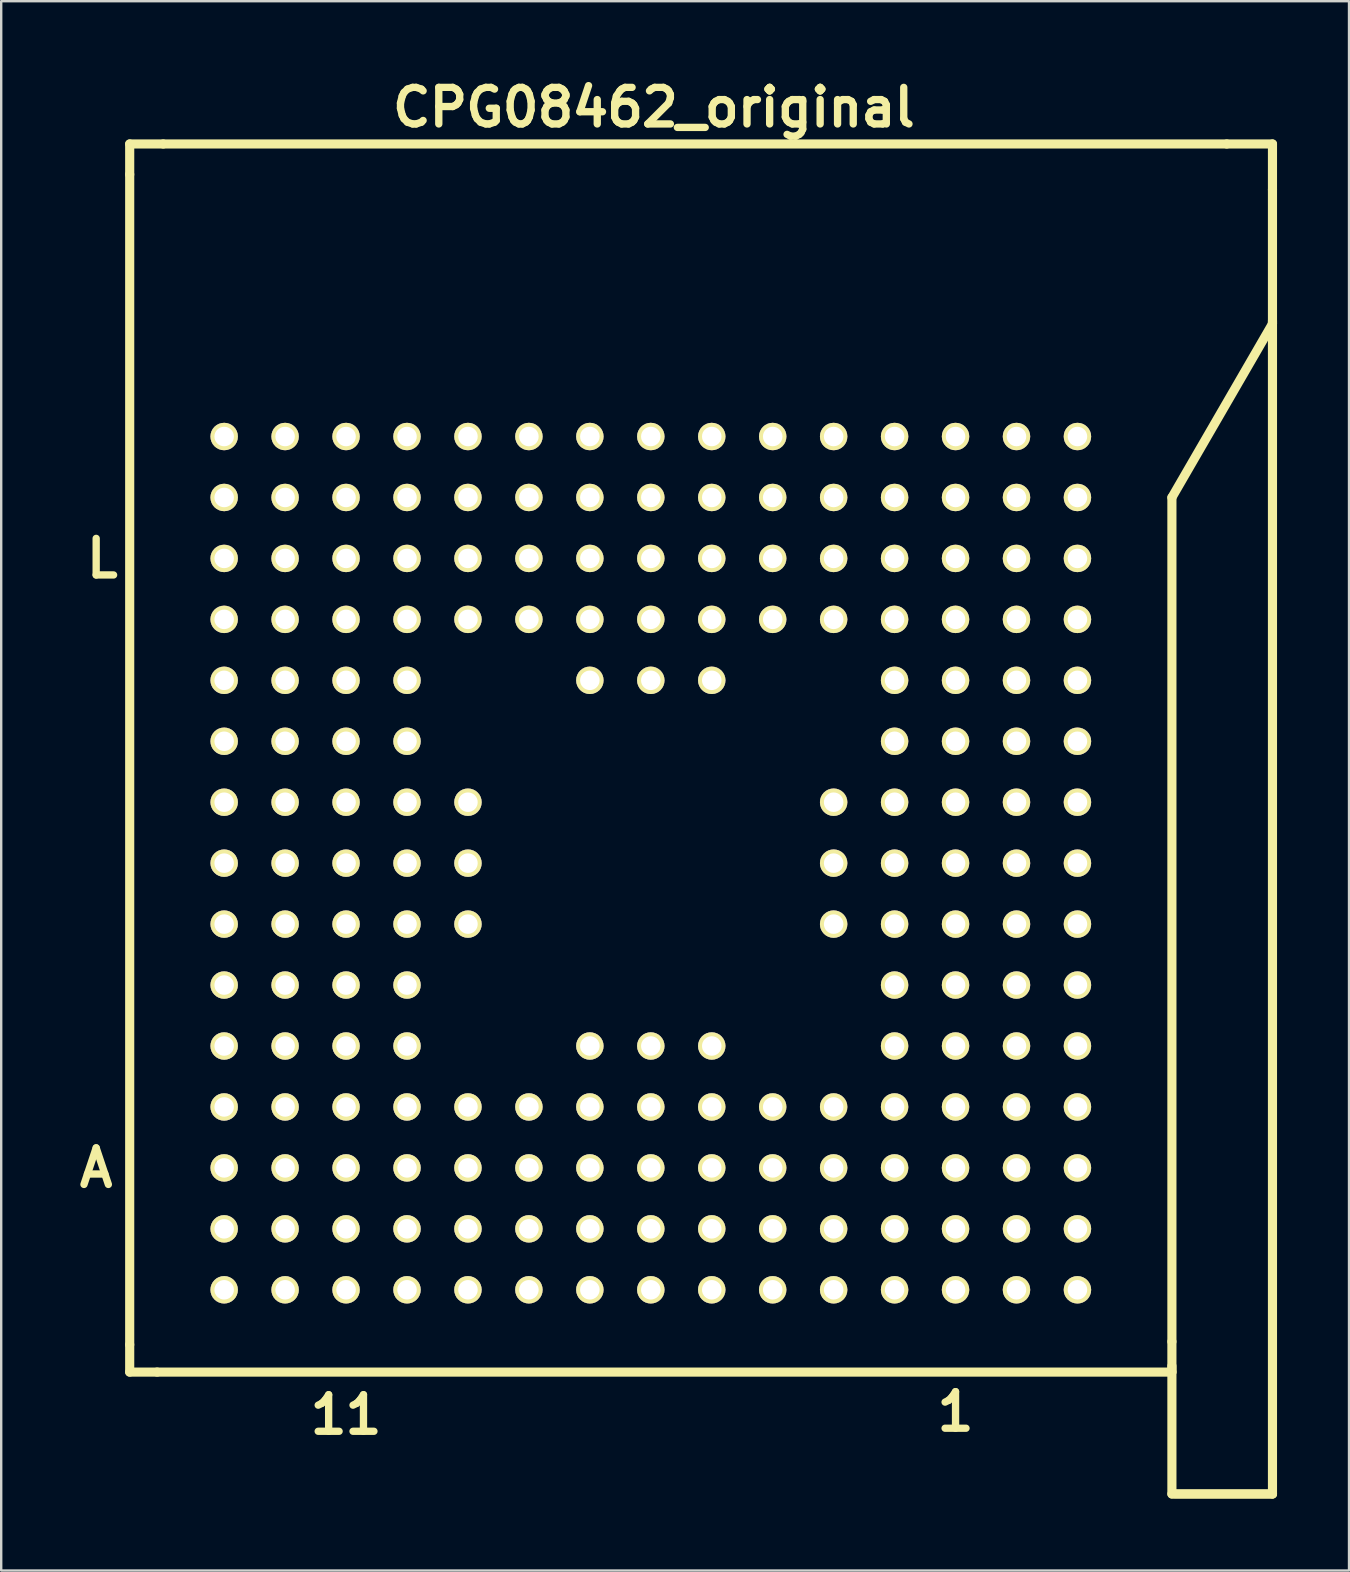
<source format=kicad_pcb>
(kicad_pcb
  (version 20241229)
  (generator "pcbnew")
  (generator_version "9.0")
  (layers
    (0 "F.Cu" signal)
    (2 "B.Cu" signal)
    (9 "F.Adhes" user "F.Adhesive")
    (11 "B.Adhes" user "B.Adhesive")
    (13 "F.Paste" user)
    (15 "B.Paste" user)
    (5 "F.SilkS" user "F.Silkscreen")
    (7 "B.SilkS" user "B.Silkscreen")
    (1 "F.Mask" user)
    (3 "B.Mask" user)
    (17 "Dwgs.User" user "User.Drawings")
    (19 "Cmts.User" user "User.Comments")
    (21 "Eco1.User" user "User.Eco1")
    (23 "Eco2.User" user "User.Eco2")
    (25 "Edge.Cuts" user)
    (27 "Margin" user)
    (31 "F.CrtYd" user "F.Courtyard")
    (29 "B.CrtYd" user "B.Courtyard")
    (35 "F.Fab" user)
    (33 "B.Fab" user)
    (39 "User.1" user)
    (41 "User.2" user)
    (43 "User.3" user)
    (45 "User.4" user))
  (footprint "CPG08462_original"
    (layer "F.Cu")
    (at 41.852 50.702)
    (property "Reference" "CPG08462_original" (at -17.653 -49.276 0) (layer "F.SilkS") (effects (font (size 1.524 1.524) (thickness 0.305))))
    (attr through_hole)
    (fp_line (start -39.497 -47.752) (end -39.497 -46.482) (stroke (width 0.381) (type solid)) (layer "F.SilkS"))
    (fp_line (start -39.497 -47.752) (end -38.1 -47.752) (stroke (width 0.381) (type solid)) (layer "F.SilkS"))
    (fp_line (start -39.497 -46.482) (end -39.497 2.286) (stroke (width 0.381) (type solid)) (layer "F.SilkS"))
    (fp_line (start -39.497 3.429) (end -39.497 2.286) (stroke (width 0.381) (type solid)) (layer "F.SilkS"))
    (fp_line (start -39.497 3.429) (end -38.354 3.429) (stroke (width 0.381) (type solid)) (layer "F.SilkS"))
    (fp_line (start 3.937 2.159) (end 3.937 -33.02) (stroke (width 0.381) (type solid)) (layer "F.SilkS"))
    (fp_line (start 3.937 3.175) (end 3.937 8.509) (stroke (width 0.381) (type solid)) (layer "F.SilkS"))
    (fp_line (start 3.937 3.429) (end -38.354 3.429) (stroke (width 0.381) (type solid)) (layer "F.SilkS"))
    (fp_line (start 3.937 3.429) (end 3.937 2.159) (stroke (width 0.381) (type solid)) (layer "F.SilkS"))
    (fp_line (start 3.937 8.509) (end 8.128 8.509) (stroke (width 0.381) (type solid)) (layer "F.SilkS"))
    (fp_line (start 6.223 -47.752) (end -38.1 -47.752) (stroke (width 0.381) (type solid)) (layer "F.SilkS"))
    (fp_line (start 8.128 -47.752) (end 6.223 -47.752) (stroke (width 0.381) (type solid)) (layer "F.SilkS"))
    (fp_line (start 8.128 -47.752) (end 8.128 -45.847) (stroke (width 0.381) (type solid)) (layer "F.SilkS"))
    (fp_line (start 8.128 -45.847) (end 8.128 -40.259) (stroke (width 0.381) (type solid)) (layer "F.SilkS"))
    (fp_line (start 8.128 -40.386) (end 8.128 8.509) (stroke (width 0.381) (type solid)) (layer "F.SilkS"))
    (fp_line (start 8.128 -40.259) (end 3.937 -33.02) (stroke (width 0.381) (type solid)) (layer "F.SilkS"))
    (fp_line (start 8.128 8.509) (end 4.064 8.509) (stroke (width 0.381) (type solid)) (layer "F.SilkS"))
    (fp_text user "A" (at -40.894 -5.08 0) (layer "F.SilkS") (effects (font (size 1.524 1.524) (thickness 0.305))))
    (fp_text user "11" (at -30.48 5.207 0) (layer "F.SilkS") (effects (font (size 1.524 1.524) (thickness 0.305))))
    (fp_text user "L" (at -40.64 -30.48 0) (layer "F.SilkS") (effects (font (size 1.524 1.524) (thickness 0.305))))
    (fp_text user "1" (at -5.08 5.08 0) (layer "F.SilkS") (effects (font (size 1.524 1.524) (thickness 0.305))))
    (pad "" thru_hole circle (at -35.56 -35.56) (size 1.143 1.143) (drill 0.813) (layers "*.Cu" "*.Mask" "F.SilkS"))
    (pad "" thru_hole circle (at -35.56 -33.02) (size 1.143 1.143) (drill 0.813) (layers "*.Cu" "*.Mask" "F.SilkS"))
    (pad "" thru_hole circle (at -35.56 -30.48) (size 1.143 1.143) (drill 0.813) (layers "*.Cu" "*.Mask" "F.SilkS"))
    (pad "" thru_hole circle (at -35.56 -27.94) (size 1.143 1.143) (drill 0.813) (layers "*.Cu" "*.Mask" "F.SilkS"))
    (pad "" thru_hole circle (at -35.56 -25.4) (size 1.143 1.143) (drill 0.813) (layers "*.Cu" "*.Mask" "F.SilkS"))
    (pad "" thru_hole circle (at -35.56 -22.86) (size 1.143 1.143) (drill 0.813) (layers "*.Cu" "*.Mask" "F.SilkS"))
    (pad "" thru_hole circle (at -35.56 -20.32) (size 1.143 1.143) (drill 0.813) (layers "*.Cu" "*.Mask" "F.SilkS"))
    (pad "" thru_hole circle (at -35.56 -17.78) (size 1.143 1.143) (drill 0.813) (layers "*.Cu" "*.Mask" "F.SilkS"))
    (pad "" thru_hole circle (at -35.56 -15.24) (size 1.143 1.143) (drill 0.813) (layers "*.Cu" "*.Mask" "F.SilkS"))
    (pad "" thru_hole circle (at -35.56 -12.7) (size 1.143 1.143) (drill 0.813) (layers "*.Cu" "*.Mask" "F.SilkS"))
    (pad "" thru_hole circle (at -35.56 -10.16) (size 1.143 1.143) (drill 0.813) (layers "*.Cu" "*.Mask" "F.SilkS"))
    (pad "" thru_hole circle (at -35.56 -7.62) (size 1.143 1.143) (drill 0.813) (layers "*.Cu" "*.Mask" "F.SilkS"))
    (pad "" thru_hole circle (at -35.56 -5.08) (size 1.143 1.143) (drill 0.813) (layers "*.Cu" "*.Mask" "F.SilkS"))
    (pad "" thru_hole circle (at -35.56 -2.54) (size 1.143 1.143) (drill 0.813) (layers "*.Cu" "*.Mask" "F.SilkS"))
    (pad "" thru_hole circle (at -35.56 0) (size 1.143 1.143) (drill 0.813) (layers "*.Cu" "*.Mask" "F.SilkS"))
    (pad "" thru_hole circle (at -33.02 -35.56) (size 1.143 1.143) (drill 0.813) (layers "*.Cu" "*.Mask" "F.SilkS"))
    (pad "" thru_hole circle (at -33.02 -33.02) (size 1.143 1.143) (drill 0.813) (layers "*.Cu" "*.Mask" "F.SilkS"))
    (pad "" thru_hole circle (at -33.02 -30.48) (size 1.143 1.143) (drill 0.813) (layers "*.Cu" "*.Mask" "F.SilkS"))
    (pad "" thru_hole circle (at -33.02 -27.94) (size 1.143 1.143) (drill 0.813) (layers "*.Cu" "*.Mask" "F.SilkS"))
    (pad "" thru_hole circle (at -33.02 -25.4) (size 1.143 1.143) (drill 0.813) (layers "*.Cu" "*.Mask" "F.SilkS"))
    (pad "" thru_hole circle (at -33.02 -22.86) (size 1.143 1.143) (drill 0.813) (layers "*.Cu" "*.Mask" "F.SilkS"))
    (pad "" thru_hole circle (at -33.02 -20.32) (size 1.143 1.143) (drill 0.813) (layers "*.Cu" "*.Mask" "F.SilkS"))
    (pad "" thru_hole circle (at -33.02 -17.78) (size 1.143 1.143) (drill 0.813) (layers "*.Cu" "*.Mask" "F.SilkS"))
    (pad "" thru_hole circle (at -33.02 -15.24) (size 1.143 1.143) (drill 0.813) (layers "*.Cu" "*.Mask" "F.SilkS"))
    (pad "" thru_hole circle (at -33.02 -12.7) (size 1.143 1.143) (drill 0.813) (layers "*.Cu" "*.Mask" "F.SilkS"))
    (pad "" thru_hole circle (at -33.02 -10.16) (size 1.143 1.143) (drill 0.813) (layers "*.Cu" "*.Mask" "F.SilkS"))
    (pad "" thru_hole circle (at -33.02 -7.62) (size 1.143 1.143) (drill 0.813) (layers "*.Cu" "*.Mask" "F.SilkS"))
    (pad "" thru_hole circle (at -33.02 -5.08) (size 1.143 1.143) (drill 0.813) (layers "*.Cu" "*.Mask" "F.SilkS"))
    (pad "" thru_hole circle (at -33.02 -2.54) (size 1.143 1.143) (drill 0.813) (layers "*.Cu" "*.Mask" "F.SilkS"))
    (pad "" thru_hole circle (at -33.02 0) (size 1.143 1.143) (drill 0.813) (layers "*.Cu" "*.Mask" "F.SilkS"))
    (pad "" thru_hole circle (at -30.48 -35.56) (size 1.143 1.143) (drill 0.813) (layers "*.Cu" "*.Mask" "F.SilkS"))
    (pad "" thru_hole circle (at -30.48 -33.02) (size 1.143 1.143) (drill 0.813) (layers "*.Cu" "*.Mask" "F.SilkS"))
    (pad "" thru_hole circle (at -30.48 -2.54) (size 1.143 1.143) (drill 0.813) (layers "*.Cu" "*.Mask" "F.SilkS"))
    (pad "" thru_hole circle (at -30.48 0) (size 1.143 1.143) (drill 0.813) (layers "*.Cu" "*.Mask" "F.SilkS"))
    (pad "" thru_hole circle (at -27.94 -35.56) (size 1.143 1.143) (drill 0.813) (layers "*.Cu" "*.Mask" "F.SilkS"))
    (pad "" thru_hole circle (at -27.94 -33.02) (size 1.143 1.143) (drill 0.813) (layers "*.Cu" "*.Mask" "F.SilkS"))
    (pad "" thru_hole circle (at -27.94 -2.54) (size 1.143 1.143) (drill 0.813) (layers "*.Cu" "*.Mask" "F.SilkS"))
    (pad "" thru_hole circle (at -27.94 0) (size 1.143 1.143) (drill 0.813) (layers "*.Cu" "*.Mask" "F.SilkS"))
    (pad "" thru_hole circle (at -25.4 -35.56) (size 1.143 1.143) (drill 0.813) (layers "*.Cu" "*.Mask" "F.SilkS"))
    (pad "" thru_hole circle (at -25.4 -33.02) (size 1.143 1.143) (drill 0.813) (layers "*.Cu" "*.Mask" "F.SilkS"))
    (pad "" thru_hole circle (at -25.4 -2.54) (size 1.143 1.143) (drill 0.813) (layers "*.Cu" "*.Mask" "F.SilkS"))
    (pad "" thru_hole circle (at -25.4 0) (size 1.143 1.143) (drill 0.813) (layers "*.Cu" "*.Mask" "F.SilkS"))
    (pad "" thru_hole circle (at -22.86 -35.56) (size 1.143 1.143) (drill 0.813) (layers "*.Cu" "*.Mask" "F.SilkS"))
    (pad "" thru_hole circle (at -22.86 -33.02) (size 1.143 1.143) (drill 0.813) (layers "*.Cu" "*.Mask" "F.SilkS"))
    (pad "" thru_hole circle (at -22.86 -2.54) (size 1.143 1.143) (drill 0.813) (layers "*.Cu" "*.Mask" "F.SilkS"))
    (pad "" thru_hole circle (at -22.86 0) (size 1.143 1.143) (drill 0.813) (layers "*.Cu" "*.Mask" "F.SilkS"))
    (pad "" thru_hole circle (at -20.32 -35.56) (size 1.143 1.143) (drill 0.813) (layers "*.Cu" "*.Mask" "F.SilkS"))
    (pad "" thru_hole circle (at -20.32 -33.02) (size 1.143 1.143) (drill 0.813) (layers "*.Cu" "*.Mask" "F.SilkS"))
    (pad "" thru_hole circle (at -20.32 -2.54) (size 1.143 1.143) (drill 0.813) (layers "*.Cu" "*.Mask" "F.SilkS"))
    (pad "" thru_hole circle (at -20.32 0) (size 1.143 1.143) (drill 0.813) (layers "*.Cu" "*.Mask" "F.SilkS"))
    (pad "" thru_hole circle (at -17.78 -35.56) (size 1.143 1.143) (drill 0.813) (layers "*.Cu" "*.Mask" "F.SilkS"))
    (pad "" thru_hole circle (at -17.78 -33.02) (size 1.143 1.143) (drill 0.813) (layers "*.Cu" "*.Mask" "F.SilkS"))
    (pad "" thru_hole circle (at -17.78 -2.54) (size 1.143 1.143) (drill 0.813) (layers "*.Cu" "*.Mask" "F.SilkS"))
    (pad "" thru_hole circle (at -17.78 0) (size 1.143 1.143) (drill 0.813) (layers "*.Cu" "*.Mask" "F.SilkS"))
    (pad "" thru_hole circle (at -15.24 -35.56) (size 1.143 1.143) (drill 0.813) (layers "*.Cu" "*.Mask" "F.SilkS"))
    (pad "" thru_hole circle (at -15.24 -33.02) (size 1.143 1.143) (drill 0.813) (layers "*.Cu" "*.Mask" "F.SilkS"))
    (pad "" thru_hole circle (at -15.24 -2.54) (size 1.143 1.143) (drill 0.813) (layers "*.Cu" "*.Mask" "F.SilkS"))
    (pad "" thru_hole circle (at -15.24 0) (size 1.143 1.143) (drill 0.813) (layers "*.Cu" "*.Mask" "F.SilkS"))
    (pad "" thru_hole circle (at -12.7 -35.56) (size 1.143 1.143) (drill 0.813) (layers "*.Cu" "*.Mask" "F.SilkS"))
    (pad "" thru_hole circle (at -12.7 -33.02) (size 1.143 1.143) (drill 0.813) (layers "*.Cu" "*.Mask" "F.SilkS"))
    (pad "" thru_hole circle (at -12.7 -2.54) (size 1.143 1.143) (drill 0.813) (layers "*.Cu" "*.Mask" "F.SilkS"))
    (pad "" thru_hole circle (at -12.7 0) (size 1.143 1.143) (drill 0.813) (layers "*.Cu" "*.Mask" "F.SilkS"))
    (pad "" thru_hole circle (at -10.16 -35.56) (size 1.143 1.143) (drill 0.813) (layers "*.Cu" "*.Mask" "F.SilkS"))
    (pad "" thru_hole circle (at -10.16 -33.02) (size 1.143 1.143) (drill 0.813) (layers "*.Cu" "*.Mask" "F.SilkS"))
    (pad "" thru_hole circle (at -10.16 -2.54) (size 1.143 1.143) (drill 0.813) (layers "*.Cu" "*.Mask" "F.SilkS"))
    (pad "" thru_hole circle (at -10.16 0) (size 1.143 1.143) (drill 0.813) (layers "*.Cu" "*.Mask" "F.SilkS"))
    (pad "" thru_hole circle (at -7.62 -35.56) (size 1.143 1.143) (drill 0.813) (layers "*.Cu" "*.Mask" "F.SilkS"))
    (pad "" thru_hole circle (at -7.62 -33.02) (size 1.143 1.143) (drill 0.813) (layers "*.Cu" "*.Mask" "F.SilkS"))
    (pad "" thru_hole circle (at -7.62 -2.54) (size 1.143 1.143) (drill 0.813) (layers "*.Cu" "*.Mask" "F.SilkS"))
    (pad "" thru_hole circle (at -7.62 0) (size 1.143 1.143) (drill 0.813) (layers "*.Cu" "*.Mask" "F.SilkS"))
    (pad "" thru_hole circle (at -5.08 -35.56) (size 1.143 1.143) (drill 0.813) (layers "*.Cu" "*.Mask" "F.SilkS"))
    (pad "" thru_hole circle (at -5.08 -33.02) (size 1.143 1.143) (drill 0.813) (layers "*.Cu" "*.Mask" "F.SilkS"))
    (pad "" thru_hole circle (at -5.08 -2.54) (size 1.143 1.143) (drill 0.813) (layers "*.Cu" "*.Mask" "F.SilkS"))
    (pad "" thru_hole circle (at -5.08 0) (size 1.143 1.143) (drill 0.813) (layers "*.Cu" "*.Mask" "F.SilkS"))
    (pad "" thru_hole circle (at -2.54 -35.56) (size 1.143 1.143) (drill 0.813) (layers "*.Cu" "*.Mask" "F.SilkS"))
    (pad "" thru_hole circle (at -2.54 -33.02) (size 1.143 1.143) (drill 0.813) (layers "*.Cu" "*.Mask" "F.SilkS"))
    (pad "" thru_hole circle (at -2.54 -30.48) (size 1.143 1.143) (drill 0.813) (layers "*.Cu" "*.Mask" "F.SilkS"))
    (pad "" thru_hole circle (at -2.54 -27.94) (size 1.143 1.143) (drill 0.813) (layers "*.Cu" "*.Mask" "F.SilkS"))
    (pad "" thru_hole circle (at -2.54 -25.4) (size 1.143 1.143) (drill 0.813) (layers "*.Cu" "*.Mask" "F.SilkS"))
    (pad "" thru_hole circle (at -2.54 -22.86) (size 1.143 1.143) (drill 0.813) (layers "*.Cu" "*.Mask" "F.SilkS"))
    (pad "" thru_hole circle (at -2.54 -20.32) (size 1.143 1.143) (drill 0.813) (layers "*.Cu" "*.Mask" "F.SilkS"))
    (pad "" thru_hole circle (at -2.54 -17.78) (size 1.143 1.143) (drill 0.813) (layers "*.Cu" "*.Mask" "F.SilkS"))
    (pad "" thru_hole circle (at -2.54 -15.24) (size 1.143 1.143) (drill 0.813) (layers "*.Cu" "*.Mask" "F.SilkS"))
    (pad "" thru_hole circle (at -2.54 -12.7) (size 1.143 1.143) (drill 0.813) (layers "*.Cu" "*.Mask" "F.SilkS"))
    (pad "" thru_hole circle (at -2.54 -10.16) (size 1.143 1.143) (drill 0.813) (layers "*.Cu" "*.Mask" "F.SilkS"))
    (pad "" thru_hole circle (at -2.54 -7.62) (size 1.143 1.143) (drill 0.813) (layers "*.Cu" "*.Mask" "F.SilkS"))
    (pad "" thru_hole circle (at -2.54 -5.08) (size 1.143 1.143) (drill 0.813) (layers "*.Cu" "*.Mask" "F.SilkS"))
    (pad "" thru_hole circle (at -2.54 -2.54) (size 1.143 1.143) (drill 0.813) (layers "*.Cu" "*.Mask" "F.SilkS"))
    (pad "" thru_hole circle (at -2.54 0) (size 1.143 1.143) (drill 0.813) (layers "*.Cu" "*.Mask" "F.SilkS"))
    (pad "" thru_hole circle (at 0 -35.56) (size 1.143 1.143) (drill 0.813) (layers "*.Cu" "*.Mask" "F.SilkS"))
    (pad "" thru_hole circle (at 0 -33.02) (size 1.143 1.143) (drill 0.813) (layers "*.Cu" "*.Mask" "F.SilkS"))
    (pad "" thru_hole circle (at 0 -30.48) (size 1.143 1.143) (drill 0.813) (layers "*.Cu" "*.Mask" "F.SilkS"))
    (pad "" thru_hole circle (at 0 -27.94) (size 1.143 1.143) (drill 0.813) (layers "*.Cu" "*.Mask" "F.SilkS"))
    (pad "" thru_hole circle (at 0 -25.4) (size 1.143 1.143) (drill 0.813) (layers "*.Cu" "*.Mask" "F.SilkS"))
    (pad "" thru_hole circle (at 0 -22.86) (size 1.143 1.143) (drill 0.813) (layers "*.Cu" "*.Mask" "F.SilkS"))
    (pad "" thru_hole circle (at 0 -20.32) (size 1.143 1.143) (drill 0.813) (layers "*.Cu" "*.Mask" "F.SilkS"))
    (pad "" thru_hole circle (at 0 -17.78) (size 1.143 1.143) (drill 0.813) (layers "*.Cu" "*.Mask" "F.SilkS"))
    (pad "" thru_hole circle (at 0 -15.24) (size 1.143 1.143) (drill 0.813) (layers "*.Cu" "*.Mask" "F.SilkS"))
    (pad "" thru_hole circle (at 0 -12.7) (size 1.143 1.143) (drill 0.813) (layers "*.Cu" "*.Mask" "F.SilkS"))
    (pad "" thru_hole circle (at 0 -10.16) (size 1.143 1.143) (drill 0.813) (layers "*.Cu" "*.Mask" "F.SilkS"))
    (pad "" thru_hole circle (at 0 -7.62) (size 1.143 1.143) (drill 0.813) (layers "*.Cu" "*.Mask" "F.SilkS"))
    (pad "" thru_hole circle (at 0 -5.08) (size 1.143 1.143) (drill 0.813) (layers "*.Cu" "*.Mask" "F.SilkS"))
    (pad "" thru_hole circle (at 0 -2.54) (size 1.143 1.143) (drill 0.813) (layers "*.Cu" "*.Mask" "F.SilkS"))
    (pad "" thru_hole circle (at 0 0) (size 1.143 1.143) (drill 0.813) (layers "*.Cu" "*.Mask" "F.SilkS"))
    (pad "A1" thru_hole circle (at -5.08 -5.08) (size 1.143 1.143) (drill 0.813) (layers "*.Cu" "*.Mask" "F.SilkS"))
    (pad "A2" thru_hole circle (at -7.62 -5.08) (size 1.143 1.143) (drill 0.813) (layers "*.Cu" "*.Mask" "F.SilkS"))
    (pad "A3" thru_hole circle (at -10.16 -5.08) (size 1.143 1.143) (drill 0.813) (layers "*.Cu" "*.Mask" "F.SilkS"))
    (pad "A4" thru_hole circle (at -12.7 -5.08) (size 1.143 1.143) (drill 0.813) (layers "*.Cu" "*.Mask" "F.SilkS"))
    (pad "A5" thru_hole circle (at -15.24 -5.08) (size 1.143 1.143) (drill 0.813) (layers "*.Cu" "*.Mask" "F.SilkS"))
    (pad "A6" thru_hole circle (at -17.78 -5.08) (size 1.143 1.143) (drill 0.813) (layers "*.Cu" "*.Mask" "F.SilkS"))
    (pad "A7" thru_hole circle (at -20.32 -5.08) (size 1.143 1.143) (drill 0.813) (layers "*.Cu" "*.Mask" "F.SilkS"))
    (pad "A8" thru_hole circle (at -22.86 -5.08) (size 1.143 1.143) (drill 0.813) (layers "*.Cu" "*.Mask" "F.SilkS"))
    (pad "A9" thru_hole circle (at -25.4 -5.08) (size 1.143 1.143) (drill 0.813) (layers "*.Cu" "*.Mask" "F.SilkS"))
    (pad "A10" thru_hole circle (at -27.94 -5.08) (size 1.143 1.143) (drill 0.813) (layers "*.Cu" "*.Mask" "F.SilkS"))
    (pad "A11" thru_hole circle (at -30.48 -5.08) (size 1.143 1.143) (drill 0.813) (layers "*.Cu" "*.Mask" "F.SilkS"))
    (pad "B1" thru_hole circle (at -5.08 -7.62) (size 1.143 1.143) (drill 0.813) (layers "*.Cu" "*.Mask" "F.SilkS"))
    (pad "B2" thru_hole circle (at -7.62 -7.62) (size 1.143 1.143) (drill 0.813) (layers "*.Cu" "*.Mask" "F.SilkS"))
    (pad "B3" thru_hole circle (at -10.16 -7.62) (size 1.143 1.143) (drill 0.813) (layers "*.Cu" "*.Mask" "F.SilkS"))
    (pad "B4" thru_hole circle (at -12.7 -7.62) (size 1.143 1.143) (drill 0.813) (layers "*.Cu" "*.Mask" "F.SilkS"))
    (pad "B5" thru_hole circle (at -15.24 -7.62) (size 1.143 1.143) (drill 0.813) (layers "*.Cu" "*.Mask" "F.SilkS"))
    (pad "B6" thru_hole circle (at -17.78 -7.62) (size 1.143 1.143) (drill 0.813) (layers "*.Cu" "*.Mask" "F.SilkS"))
    (pad "B7" thru_hole circle (at -20.32 -7.62) (size 1.143 1.143) (drill 0.813) (layers "*.Cu" "*.Mask" "F.SilkS"))
    (pad "B8" thru_hole circle (at -22.86 -7.62) (size 1.143 1.143) (drill 0.813) (layers "*.Cu" "*.Mask" "F.SilkS"))
    (pad "B9" thru_hole circle (at -25.4 -7.62) (size 1.143 1.143) (drill 0.813) (layers "*.Cu" "*.Mask" "F.SilkS"))
    (pad "B10" thru_hole circle (at -27.94 -7.62) (size 1.143 1.143) (drill 0.813) (layers "*.Cu" "*.Mask" "F.SilkS"))
    (pad "B11" thru_hole circle (at -30.48 -7.62) (size 1.143 1.143) (drill 0.813) (layers "*.Cu" "*.Mask" "F.SilkS"))
    (pad "C1" thru_hole circle (at -5.08 -10.16) (size 1.143 1.143) (drill 0.813) (layers "*.Cu" "*.Mask" "F.SilkS"))
    (pad "C2" thru_hole circle (at -7.62 -10.16) (size 1.143 1.143) (drill 0.813) (layers "*.Cu" "*.Mask" "F.SilkS"))
    (pad "C5" thru_hole circle (at -15.24 -10.16) (size 1.143 1.143) (drill 0.813) (layers "*.Cu" "*.Mask" "F.SilkS"))
    (pad "C6" thru_hole circle (at -17.78 -10.16) (size 1.143 1.143) (drill 0.813) (layers "*.Cu" "*.Mask" "F.SilkS"))
    (pad "C7" thru_hole circle (at -20.32 -10.16) (size 1.143 1.143) (drill 0.813) (layers "*.Cu" "*.Mask" "F.SilkS"))
    (pad "C10" thru_hole circle (at -27.94 -10.16) (size 1.143 1.143) (drill 0.813) (layers "*.Cu" "*.Mask" "F.SilkS"))
    (pad "C11" thru_hole circle (at -30.48 -10.16) (size 1.143 1.143) (drill 0.813) (layers "*.Cu" "*.Mask" "F.SilkS"))
    (pad "D1" thru_hole circle (at -5.08 -12.7) (size 1.143 1.143) (drill 0.813) (layers "*.Cu" "*.Mask" "F.SilkS"))
    (pad "D2" thru_hole circle (at -7.62 -12.7) (size 1.143 1.143) (drill 0.813) (layers "*.Cu" "*.Mask" "F.SilkS"))
    (pad "D10" thru_hole circle (at -27.94 -12.7) (size 1.143 1.143) (drill 0.813) (layers "*.Cu" "*.Mask" "F.SilkS"))
    (pad "D11" thru_hole circle (at -30.48 -12.7) (size 1.143 1.143) (drill 0.813) (layers "*.Cu" "*.Mask" "F.SilkS"))
    (pad "E1" thru_hole circle (at -5.08 -15.24) (size 1.143 1.143) (drill 0.813) (layers "*.Cu" "*.Mask" "F.SilkS"))
    (pad "E2" thru_hole circle (at -7.62 -15.24) (size 1.143 1.143) (drill 0.813) (layers "*.Cu" "*.Mask" "F.SilkS"))
    (pad "E3" thru_hole circle (at -10.16 -15.24) (size 1.143 1.143) (drill 0.813) (layers "*.Cu" "*.Mask" "F.SilkS"))
    (pad "E9" thru_hole circle (at -25.4 -15.24) (size 1.143 1.143) (drill 0.813) (layers "*.Cu" "*.Mask" "F.SilkS"))
    (pad "E10" thru_hole circle (at -27.94 -15.24) (size 1.143 1.143) (drill 0.813) (layers "*.Cu" "*.Mask" "F.SilkS"))
    (pad "E11" thru_hole circle (at -30.48 -15.24) (size 1.143 1.143) (drill 0.813) (layers "*.Cu" "*.Mask" "F.SilkS"))
    (pad "F1" thru_hole circle (at -5.08 -17.78) (size 1.143 1.143) (drill 0.813) (layers "*.Cu" "*.Mask" "F.SilkS"))
    (pad "F2" thru_hole circle (at -7.62 -17.78) (size 1.143 1.143) (drill 0.813) (layers "*.Cu" "*.Mask" "F.SilkS"))
    (pad "F3" thru_hole circle (at -10.16 -17.78) (size 1.143 1.143) (drill 0.813) (layers "*.Cu" "*.Mask" "F.SilkS"))
    (pad "F9" thru_hole circle (at -25.4 -17.78) (size 1.143 1.143) (drill 0.813) (layers "*.Cu" "*.Mask" "F.SilkS"))
    (pad "F10" thru_hole circle (at -27.94 -17.78) (size 1.143 1.143) (drill 0.813) (layers "*.Cu" "*.Mask" "F.SilkS"))
    (pad "F11" thru_hole circle (at -30.48 -17.78) (size 1.143 1.143) (drill 0.813) (layers "*.Cu" "*.Mask" "F.SilkS"))
    (pad "G1" thru_hole circle (at -5.08 -20.32) (size 1.143 1.143) (drill 0.813) (layers "*.Cu" "*.Mask" "F.SilkS"))
    (pad "G2" thru_hole circle (at -7.62 -20.32) (size 1.143 1.143) (drill 0.813) (layers "*.Cu" "*.Mask" "F.SilkS"))
    (pad "G3" thru_hole circle (at -10.16 -20.32) (size 1.143 1.143) (drill 0.813) (layers "*.Cu" "*.Mask" "F.SilkS"))
    (pad "G9" thru_hole circle (at -25.4 -20.32) (size 1.143 1.143) (drill 0.813) (layers "*.Cu" "*.Mask" "F.SilkS"))
    (pad "G10" thru_hole circle (at -27.94 -20.32) (size 1.143 1.143) (drill 0.813) (layers "*.Cu" "*.Mask" "F.SilkS"))
    (pad "G11" thru_hole circle (at -30.48 -20.32) (size 1.143 1.143) (drill 0.813) (layers "*.Cu" "*.Mask" "F.SilkS"))
    (pad "H1" thru_hole circle (at -5.08 -22.86) (size 1.143 1.143) (drill 0.813) (layers "*.Cu" "*.Mask" "F.SilkS"))
    (pad "H2" thru_hole circle (at -7.62 -22.86) (size 1.143 1.143) (drill 0.813) (layers "*.Cu" "*.Mask" "F.SilkS"))
    (pad "H10" thru_hole circle (at -27.94 -22.86) (size 1.143 1.143) (drill 0.813) (layers "*.Cu" "*.Mask" "F.SilkS"))
    (pad "H11" thru_hole circle (at -30.48 -22.86) (size 1.143 1.143) (drill 0.813) (layers "*.Cu" "*.Mask" "F.SilkS"))
    (pad "J1" thru_hole circle (at -5.08 -25.4) (size 1.143 1.143) (drill 0.813) (layers "*.Cu" "*.Mask" "F.SilkS"))
    (pad "J2" thru_hole circle (at -7.62 -25.4) (size 1.143 1.143) (drill 0.813) (layers "*.Cu" "*.Mask" "F.SilkS"))
    (pad "J5" thru_hole circle (at -15.24 -25.4) (size 1.143 1.143) (drill 0.813) (layers "*.Cu" "*.Mask" "F.SilkS"))
    (pad "J6" thru_hole circle (at -17.78 -25.4) (size 1.143 1.143) (drill 0.813) (layers "*.Cu" "*.Mask" "F.SilkS"))
    (pad "J7" thru_hole circle (at -20.32 -25.4) (size 1.143 1.143) (drill 0.813) (layers "*.Cu" "*.Mask" "F.SilkS"))
    (pad "J10" thru_hole circle (at -27.94 -25.4) (size 1.143 1.143) (drill 0.813) (layers "*.Cu" "*.Mask" "F.SilkS"))
    (pad "J11" thru_hole circle (at -30.48 -25.4) (size 1.143 1.143) (drill 0.813) (layers "*.Cu" "*.Mask" "F.SilkS"))
    (pad "K1" thru_hole circle (at -5.08 -27.94) (size 1.143 1.143) (drill 0.813) (layers "*.Cu" "*.Mask" "F.SilkS"))
    (pad "K2" thru_hole circle (at -7.62 -27.94) (size 1.143 1.143) (drill 0.813) (layers "*.Cu" "*.Mask" "F.SilkS"))
    (pad "K3" thru_hole circle (at -10.16 -27.94) (size 1.143 1.143) (drill 0.813) (layers "*.Cu" "*.Mask" "F.SilkS"))
    (pad "K4" thru_hole circle (at -12.7 -27.94) (size 1.143 1.143) (drill 0.813) (layers "*.Cu" "*.Mask" "F.SilkS"))
    (pad "K5" thru_hole circle (at -15.24 -27.94) (size 1.143 1.143) (drill 0.813) (layers "*.Cu" "*.Mask" "F.SilkS"))
    (pad "K6" thru_hole circle (at -17.78 -27.94) (size 1.143 1.143) (drill 0.813) (layers "*.Cu" "*.Mask" "F.SilkS"))
    (pad "K7" thru_hole circle (at -20.32 -27.94) (size 1.143 1.143) (drill 0.813) (layers "*.Cu" "*.Mask" "F.SilkS"))
    (pad "K8" thru_hole circle (at -22.86 -27.94) (size 1.143 1.143) (drill 0.813) (layers "*.Cu" "*.Mask" "F.SilkS"))
    (pad "K9" thru_hole circle (at -25.4 -27.94) (size 1.143 1.143) (drill 0.813) (layers "*.Cu" "*.Mask" "F.SilkS"))
    (pad "K10" thru_hole circle (at -27.94 -27.94) (size 1.143 1.143) (drill 0.813) (layers "*.Cu" "*.Mask" "F.SilkS"))
    (pad "K11" thru_hole circle (at -30.48 -27.94) (size 1.143 1.143) (drill 0.813) (layers "*.Cu" "*.Mask" "F.SilkS"))
    (pad "L1" thru_hole circle (at -5.08 -30.48) (size 1.143 1.143) (drill 0.813) (layers "*.Cu" "*.Mask" "F.SilkS"))
    (pad "L2" thru_hole circle (at -7.62 -30.48) (size 1.143 1.143) (drill 0.813) (layers "*.Cu" "*.Mask" "F.SilkS"))
    (pad "L3" thru_hole circle (at -10.16 -30.48) (size 1.143 1.143) (drill 0.813) (layers "*.Cu" "*.Mask" "F.SilkS"))
    (pad "L4" thru_hole circle (at -12.7 -30.48) (size 1.143 1.143) (drill 0.813) (layers "*.Cu" "*.Mask" "F.SilkS"))
    (pad "L5" thru_hole circle (at -15.24 -30.48) (size 1.143 1.143) (drill 0.813) (layers "*.Cu" "*.Mask" "F.SilkS"))
    (pad "L6" thru_hole circle (at -17.78 -30.48) (size 1.143 1.143) (drill 0.813) (layers "*.Cu" "*.Mask" "F.SilkS"))
    (pad "L7" thru_hole circle (at -20.32 -30.48) (size 1.143 1.143) (drill 0.813) (layers "*.Cu" "*.Mask" "F.SilkS"))
    (pad "L8" thru_hole circle (at -22.86 -30.48) (size 1.143 1.143) (drill 0.813) (layers "*.Cu" "*.Mask" "F.SilkS"))
    (pad "L9" thru_hole circle (at -25.4 -30.48) (size 1.143 1.143) (drill 0.813) (layers "*.Cu" "*.Mask" "F.SilkS"))
    (pad "L10" thru_hole circle (at -27.94 -30.48) (size 1.143 1.143) (drill 0.813) (layers "*.Cu" "*.Mask" "F.SilkS"))
    (pad "L11" thru_hole circle (at -30.48 -30.48) (size 1.143 1.143) (drill 0.813) (layers "*.Cu" "*.Mask" "F.SilkS")))
  (gr_rect
    (start -3 -3)
    (end 53.17 62.402)
    (stroke (width 0.1) (type default))
    (fill no)
    (layer "Edge.Cuts")))
</source>
